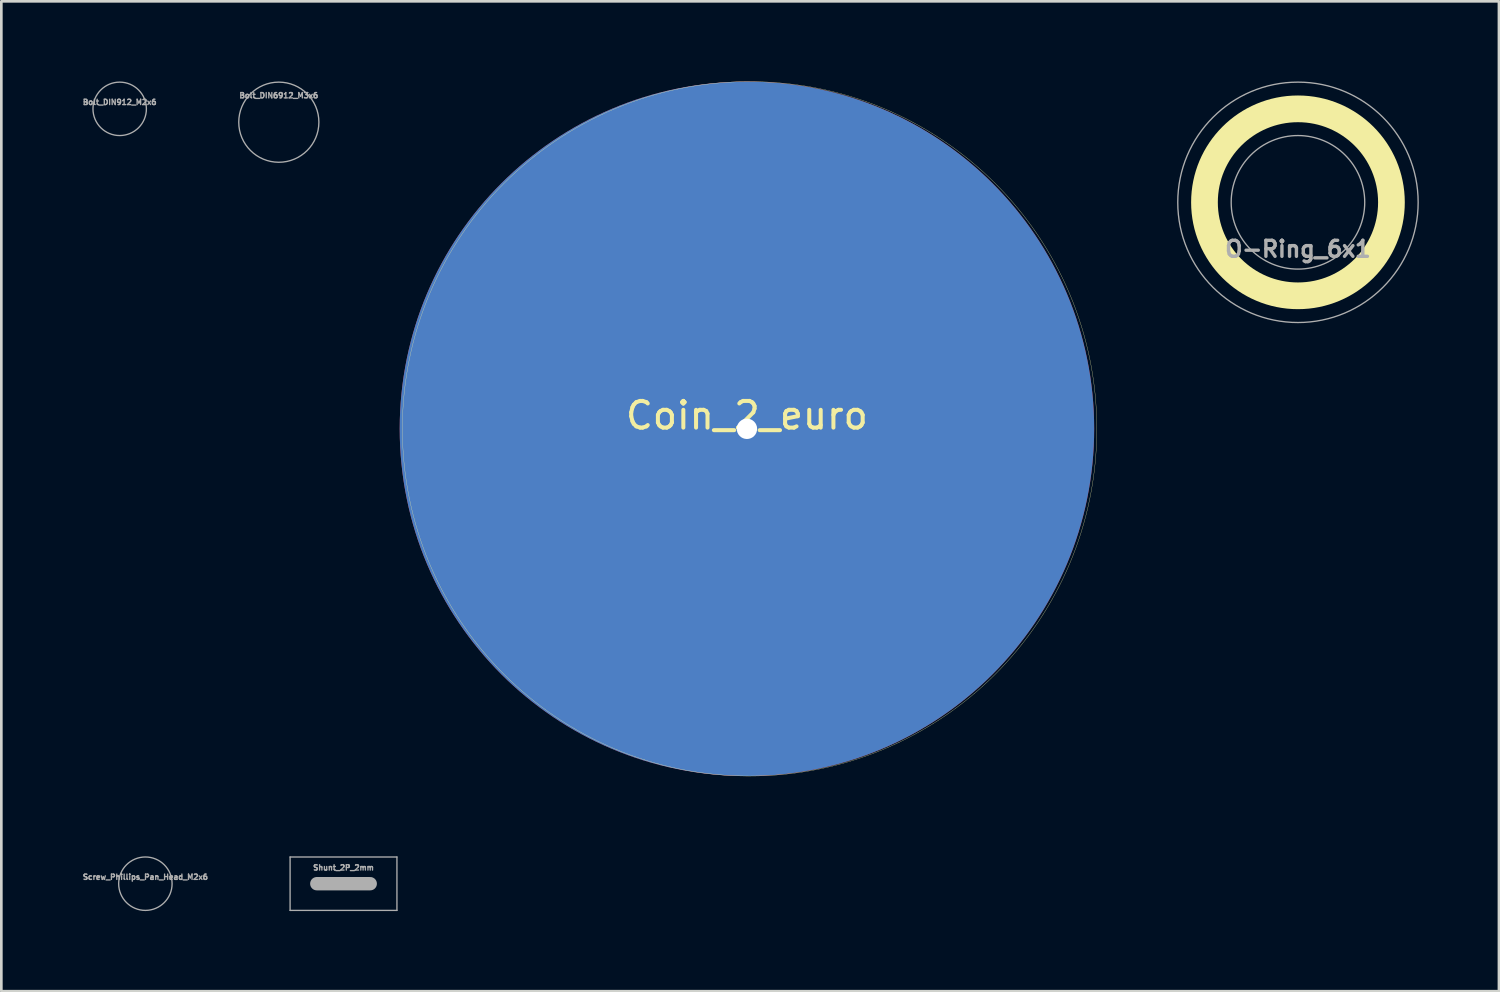
<source format=kicad_pcb>
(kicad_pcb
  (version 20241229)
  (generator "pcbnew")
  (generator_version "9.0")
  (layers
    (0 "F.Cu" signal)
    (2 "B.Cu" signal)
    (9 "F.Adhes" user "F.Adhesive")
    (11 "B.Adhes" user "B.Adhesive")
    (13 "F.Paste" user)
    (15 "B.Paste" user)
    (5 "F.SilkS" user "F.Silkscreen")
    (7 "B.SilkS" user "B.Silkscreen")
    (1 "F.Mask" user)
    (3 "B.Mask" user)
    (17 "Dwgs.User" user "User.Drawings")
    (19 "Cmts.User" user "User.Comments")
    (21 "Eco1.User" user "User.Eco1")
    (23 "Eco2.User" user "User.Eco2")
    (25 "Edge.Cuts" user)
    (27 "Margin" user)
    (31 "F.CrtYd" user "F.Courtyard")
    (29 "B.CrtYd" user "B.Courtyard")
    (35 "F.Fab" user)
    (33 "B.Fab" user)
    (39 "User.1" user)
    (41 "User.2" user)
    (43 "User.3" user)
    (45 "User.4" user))
  (footprint "Bolt_DIN6912_M3x6"
    (layer "F.Cu")
    (at 7.389 1.525)
    (property "Reference" "Bolt_DIN6912_M3x6" (at 0 -1 0) (layer "F.Fab") (effects (font (size 0.2 0.2) (thickness 0.05))))
    (attr through_hole)
    (fp_circle (center 0 0) (end 1.5 0) (stroke (width 0.05) (type solid)) (fill no) (layer "F.Fab")))
  (footprint "Shunt_2P_2mm"
    (layer "F.Cu")
    (at 9.811 30.035)
    (property "Reference" "Shunt_2P_2mm" (at 0 -0.6 0) (layer "F.Fab") (effects (font (size 0.2 0.2) (thickness 0.05))))
    (attr through_hole)
    (fp_line (start -2 -1) (end 2 -1) (stroke (width 0.05) (type solid)) (layer "F.Fab"))
    (fp_line (start -2 1) (end -2 -1) (stroke (width 0.05) (type solid)) (layer "F.Fab"))
    (fp_line (start -1 0) (end 1 0) (stroke (width 0.5) (type solid)) (layer "F.Fab"))
    (fp_line (start 2 -1) (end 2 1) (stroke (width 0.05) (type solid)) (layer "F.Fab"))
    (fp_line (start 2 1) (end -2 1) (stroke (width 0.05) (type solid)) (layer "F.Fab")))
  (footprint "Screw_Phillips_Pan_Head_M2x6"
    (layer "F.Cu")
    (at 2.393 30.035)
    (property "Reference" "Screw_Phillips_Pan_Head_M2x6" (at 0 -0.25 0) (layer "F.Fab") (effects (font (size 0.2 0.2) (thickness 0.05))))
    (attr through_hole)
    (fp_circle (center 0 0) (end 1 0) (stroke (width 0.05) (type solid)) (fill no) (layer "F.Fab")))
  (footprint "Bolt_DIN912_M2x6"
    (layer "F.Cu")
    (at 1.431 1.025)
    (property "Reference" "Bolt_DIN912_M2x6" (at 0 -0.25 0) (layer "F.Fab") (effects (font (size 0.2 0.2) (thickness 0.05))))
    (attr through_hole)
    (fp_circle (center 0 0) (end 1 0) (stroke (width 0.05) (type solid)) (fill no) (layer "F.Fab")))
  (footprint "Coin_2_euro"
    (layer "F.Cu")
    (at 24.915 13.005)
    (property "Reference" "Coin_2_euro" (at 0 -0.5 0) (unlocked yes) (layer "F.SilkS") (effects (font (size 1 1) (thickness 0.15))))
    (attr through_hole)
    (fp_circle (center 0.1 0) (end 13.1 0) (stroke (width 0.01) (type solid)) (fill no) (layer "F.SilkS"))
    (pad "1" thru_hole circle (at 0 0) (size 26 26) (drill 0.762) (layers "*.Cu" "*.Mask")))
  (footprint "O-Ring_6x1"
    (layer "F.Cu")
    (at 45.545 4.525)
    (property "Reference" "O-Ring_6x1" (at 0 1.75 0) (layer "F.Fab") (effects (font (size 0.6 0.6) (thickness 0.127))))
    (attr exclude_from_pos_files exclude_from_bom)
    (fp_circle (center 0 0) (end 3.5 0) (stroke (width 1) (type solid)) (fill no) (layer "F.SilkS"))
    (fp_circle (center 0 0) (end 2.5 0) (stroke (width 0.05) (type solid)) (fill no) (layer "F.Fab"))
    (fp_circle (center 0 0) (end 4.5 0) (stroke (width 0.05) (type solid)) (fill no) (layer "F.Fab")))
  (gr_rect
    (start -3 -3)
    (end 53.07 34.06)
    (stroke (width 0.1) (type default))
    (fill no)
    (layer "Edge.Cuts")))
</source>
